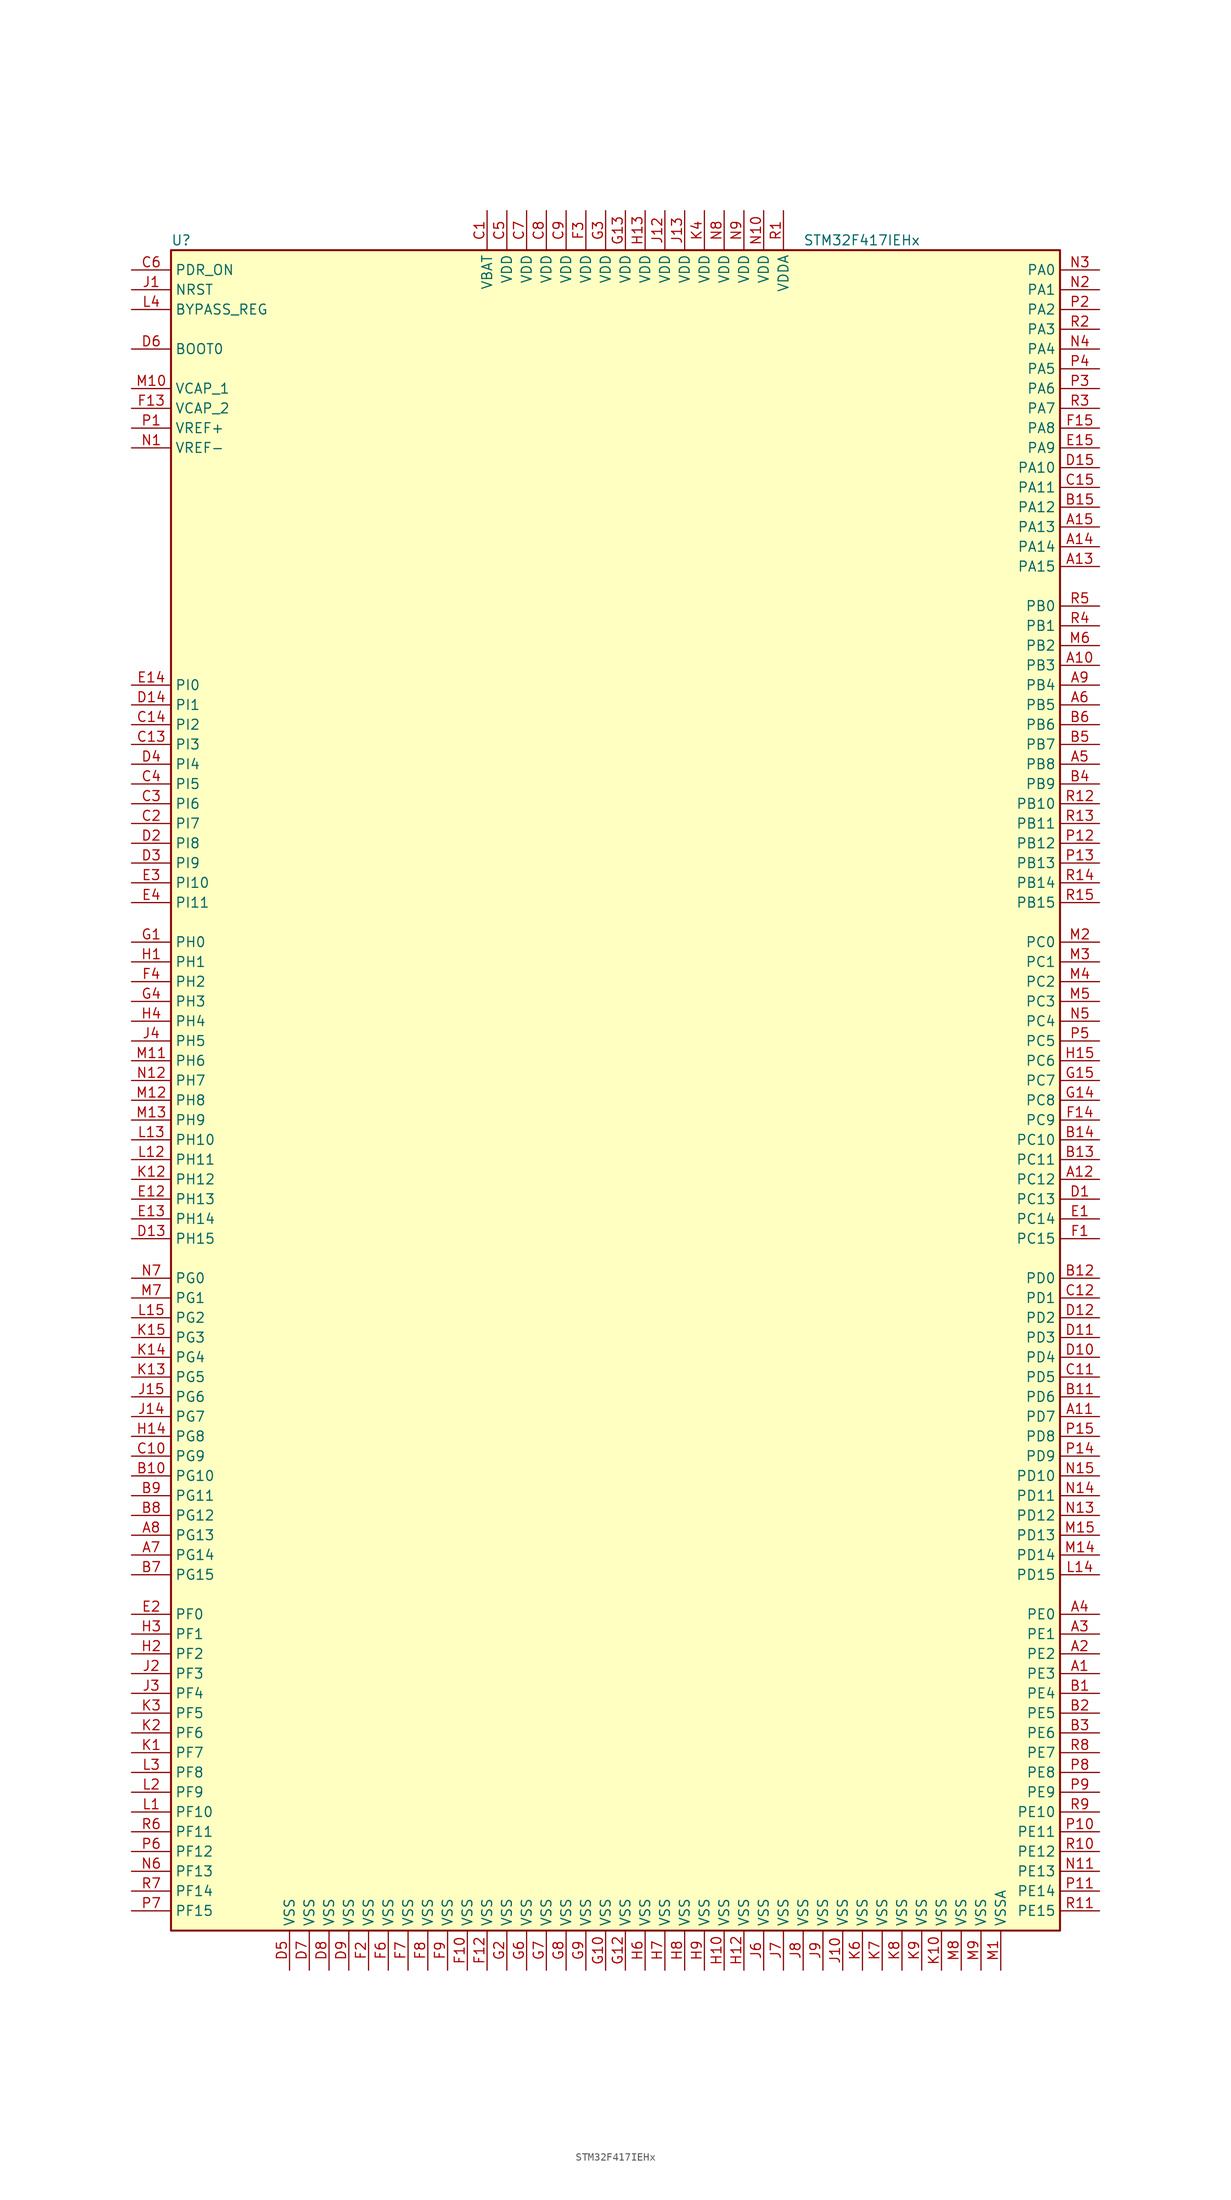
<source format=kicad_sym>
(kicad_symbol_lib
  (version 20201005)
  (generator kicad_symbol_editor)
  (symbol "STM32F417IEHx"
    (property "Reference" "U"
      (at -58.42 107.95 0)
      (effects (font (size 1.27 1.27)) (justify left)))
    (property "Value" "STM32F417IEHx"
      (at 22.86 107.95 0)
      (effects (font (size 1.27 1.27)) (justify left)))
    (symbol "STM32F417IEHx_0_1"
      (rectangle (start -58.42 -109.22) (end 55.88 106.68) (stroke (width 0.254)) (fill (type background))))
    (symbol "STM32F417IEHx_1_1"
      (pin input line (at -63.5 93.98 0) (length 5.08) (name "BOOT0" (effects (font (size 1.27 1.27)))) (number "D6" (effects (font (size 1.27 1.27)))))
      (pin input line (at -63.5 99.06 0) (length 5.08) (name "BYPASS_REG" (effects (font (size 1.27 1.27)))) (number "L4" (effects (font (size 1.27 1.27)))))
      (pin input line (at -63.5 101.6 0) (length 5.08) (name "NRST" (effects (font (size 1.27 1.27)))) (number "J1" (effects (font (size 1.27 1.27)))))
      (pin bidirectional line (at 60.96 104.14 180) (length 5.08) (name "PA0" (effects (font (size 1.27 1.27)))) (number "N3" (effects (font (size 1.27 1.27)))))
      (pin bidirectional line (at 60.96 101.6 180) (length 5.08) (name "PA1" (effects (font (size 1.27 1.27)))) (number "N2" (effects (font (size 1.27 1.27)))))
      (pin bidirectional line (at 60.96 78.74 180) (length 5.08) (name "PA10" (effects (font (size 1.27 1.27)))) (number "D15" (effects (font (size 1.27 1.27)))))
      (pin bidirectional line (at 60.96 76.2 180) (length 5.08) (name "PA11" (effects (font (size 1.27 1.27)))) (number "C15" (effects (font (size 1.27 1.27)))))
      (pin bidirectional line (at 60.96 73.66 180) (length 5.08) (name "PA12" (effects (font (size 1.27 1.27)))) (number "B15" (effects (font (size 1.27 1.27)))))
      (pin bidirectional line (at 60.96 71.12 180) (length 5.08) (name "PA13" (effects (font (size 1.27 1.27)))) (number "A15" (effects (font (size 1.27 1.27)))))
      (pin bidirectional line (at 60.96 68.58 180) (length 5.08) (name "PA14" (effects (font (size 1.27 1.27)))) (number "A14" (effects (font (size 1.27 1.27)))))
      (pin bidirectional line (at 60.96 66.04 180) (length 5.08) (name "PA15" (effects (font (size 1.27 1.27)))) (number "A13" (effects (font (size 1.27 1.27)))))
      (pin bidirectional line (at 60.96 99.06 180) (length 5.08) (name "PA2" (effects (font (size 1.27 1.27)))) (number "P2" (effects (font (size 1.27 1.27)))))
      (pin bidirectional line (at 60.96 96.52 180) (length 5.08) (name "PA3" (effects (font (size 1.27 1.27)))) (number "R2" (effects (font (size 1.27 1.27)))))
      (pin bidirectional line (at 60.96 93.98 180) (length 5.08) (name "PA4" (effects (font (size 1.27 1.27)))) (number "N4" (effects (font (size 1.27 1.27)))))
      (pin bidirectional line (at 60.96 91.44 180) (length 5.08) (name "PA5" (effects (font (size 1.27 1.27)))) (number "P4" (effects (font (size 1.27 1.27)))))
      (pin bidirectional line (at 60.96 88.9 180) (length 5.08) (name "PA6" (effects (font (size 1.27 1.27)))) (number "P3" (effects (font (size 1.27 1.27)))))
      (pin bidirectional line (at 60.96 86.36 180) (length 5.08) (name "PA7" (effects (font (size 1.27 1.27)))) (number "R3" (effects (font (size 1.27 1.27)))))
      (pin bidirectional line (at 60.96 83.82 180) (length 5.08) (name "PA8" (effects (font (size 1.27 1.27)))) (number "F15" (effects (font (size 1.27 1.27)))))
      (pin bidirectional line (at 60.96 81.28 180) (length 5.08) (name "PA9" (effects (font (size 1.27 1.27)))) (number "E15" (effects (font (size 1.27 1.27)))))
      (pin bidirectional line (at 60.96 60.96 180) (length 5.08) (name "PB0" (effects (font (size 1.27 1.27)))) (number "R5" (effects (font (size 1.27 1.27)))))
      (pin bidirectional line (at 60.96 58.42 180) (length 5.08) (name "PB1" (effects (font (size 1.27 1.27)))) (number "R4" (effects (font (size 1.27 1.27)))))
      (pin bidirectional line (at 60.96 35.56 180) (length 5.08) (name "PB10" (effects (font (size 1.27 1.27)))) (number "R12" (effects (font (size 1.27 1.27)))))
      (pin bidirectional line (at 60.96 33.02 180) (length 5.08) (name "PB11" (effects (font (size 1.27 1.27)))) (number "R13" (effects (font (size 1.27 1.27)))))
      (pin bidirectional line (at 60.96 30.48 180) (length 5.08) (name "PB12" (effects (font (size 1.27 1.27)))) (number "P12" (effects (font (size 1.27 1.27)))))
      (pin bidirectional line (at 60.96 27.94 180) (length 5.08) (name "PB13" (effects (font (size 1.27 1.27)))) (number "P13" (effects (font (size 1.27 1.27)))))
      (pin bidirectional line (at 60.96 25.4 180) (length 5.08) (name "PB14" (effects (font (size 1.27 1.27)))) (number "R14" (effects (font (size 1.27 1.27)))))
      (pin bidirectional line (at 60.96 22.86 180) (length 5.08) (name "PB15" (effects (font (size 1.27 1.27)))) (number "R15" (effects (font (size 1.27 1.27)))))
      (pin bidirectional line (at 60.96 55.88 180) (length 5.08) (name "PB2" (effects (font (size 1.27 1.27)))) (number "M6" (effects (font (size 1.27 1.27)))))
      (pin bidirectional line (at 60.96 53.34 180) (length 5.08) (name "PB3" (effects (font (size 1.27 1.27)))) (number "A10" (effects (font (size 1.27 1.27)))))
      (pin bidirectional line (at 60.96 50.8 180) (length 5.08) (name "PB4" (effects (font (size 1.27 1.27)))) (number "A9" (effects (font (size 1.27 1.27)))))
      (pin bidirectional line (at 60.96 48.26 180) (length 5.08) (name "PB5" (effects (font (size 1.27 1.27)))) (number "A6" (effects (font (size 1.27 1.27)))))
      (pin bidirectional line (at 60.96 45.72 180) (length 5.08) (name "PB6" (effects (font (size 1.27 1.27)))) (number "B6" (effects (font (size 1.27 1.27)))))
      (pin bidirectional line (at 60.96 43.18 180) (length 5.08) (name "PB7" (effects (font (size 1.27 1.27)))) (number "B5" (effects (font (size 1.27 1.27)))))
      (pin bidirectional line (at 60.96 40.64 180) (length 5.08) (name "PB8" (effects (font (size 1.27 1.27)))) (number "A5" (effects (font (size 1.27 1.27)))))
      (pin bidirectional line (at 60.96 38.1 180) (length 5.08) (name "PB9" (effects (font (size 1.27 1.27)))) (number "B4" (effects (font (size 1.27 1.27)))))
      (pin bidirectional line (at 60.96 17.78 180) (length 5.08) (name "PC0" (effects (font (size 1.27 1.27)))) (number "M2" (effects (font (size 1.27 1.27)))))
      (pin bidirectional line (at 60.96 15.24 180) (length 5.08) (name "PC1" (effects (font (size 1.27 1.27)))) (number "M3" (effects (font (size 1.27 1.27)))))
      (pin bidirectional line (at 60.96 -7.62 180) (length 5.08) (name "PC10" (effects (font (size 1.27 1.27)))) (number "B14" (effects (font (size 1.27 1.27)))))
      (pin bidirectional line (at 60.96 -10.16 180) (length 5.08) (name "PC11" (effects (font (size 1.27 1.27)))) (number "B13" (effects (font (size 1.27 1.27)))))
      (pin bidirectional line (at 60.96 -12.7 180) (length 5.08) (name "PC12" (effects (font (size 1.27 1.27)))) (number "A12" (effects (font (size 1.27 1.27)))))
      (pin bidirectional line (at 60.96 -15.24 180) (length 5.08) (name "PC13" (effects (font (size 1.27 1.27)))) (number "D1" (effects (font (size 1.27 1.27)))))
      (pin bidirectional line (at 60.96 -17.78 180) (length 5.08) (name "PC14" (effects (font (size 1.27 1.27)))) (number "E1" (effects (font (size 1.27 1.27)))))
      (pin bidirectional line (at 60.96 -20.32 180) (length 5.08) (name "PC15" (effects (font (size 1.27 1.27)))) (number "F1" (effects (font (size 1.27 1.27)))))
      (pin bidirectional line (at 60.96 12.7 180) (length 5.08) (name "PC2" (effects (font (size 1.27 1.27)))) (number "M4" (effects (font (size 1.27 1.27)))))
      (pin bidirectional line (at 60.96 10.16 180) (length 5.08) (name "PC3" (effects (font (size 1.27 1.27)))) (number "M5" (effects (font (size 1.27 1.27)))))
      (pin bidirectional line (at 60.96 7.62 180) (length 5.08) (name "PC4" (effects (font (size 1.27 1.27)))) (number "N5" (effects (font (size 1.27 1.27)))))
      (pin bidirectional line (at 60.96 5.08 180) (length 5.08) (name "PC5" (effects (font (size 1.27 1.27)))) (number "P5" (effects (font (size 1.27 1.27)))))
      (pin bidirectional line (at 60.96 2.54 180) (length 5.08) (name "PC6" (effects (font (size 1.27 1.27)))) (number "H15" (effects (font (size 1.27 1.27)))))
      (pin bidirectional line (at 60.96 0 180) (length 5.08) (name "PC7" (effects (font (size 1.27 1.27)))) (number "G15" (effects (font (size 1.27 1.27)))))
      (pin bidirectional line (at 60.96 -2.54 180) (length 5.08) (name "PC8" (effects (font (size 1.27 1.27)))) (number "G14" (effects (font (size 1.27 1.27)))))
      (pin bidirectional line (at 60.96 -5.08 180) (length 5.08) (name "PC9" (effects (font (size 1.27 1.27)))) (number "F14" (effects (font (size 1.27 1.27)))))
      (pin bidirectional line (at 60.96 -25.4 180) (length 5.08) (name "PD0" (effects (font (size 1.27 1.27)))) (number "B12" (effects (font (size 1.27 1.27)))))
      (pin bidirectional line (at 60.96 -27.94 180) (length 5.08) (name "PD1" (effects (font (size 1.27 1.27)))) (number "C12" (effects (font (size 1.27 1.27)))))
      (pin bidirectional line (at 60.96 -50.8 180) (length 5.08) (name "PD10" (effects (font (size 1.27 1.27)))) (number "N15" (effects (font (size 1.27 1.27)))))
      (pin bidirectional line (at 60.96 -53.34 180) (length 5.08) (name "PD11" (effects (font (size 1.27 1.27)))) (number "N14" (effects (font (size 1.27 1.27)))))
      (pin bidirectional line (at 60.96 -55.88 180) (length 5.08) (name "PD12" (effects (font (size 1.27 1.27)))) (number "N13" (effects (font (size 1.27 1.27)))))
      (pin bidirectional line (at 60.96 -58.42 180) (length 5.08) (name "PD13" (effects (font (size 1.27 1.27)))) (number "M15" (effects (font (size 1.27 1.27)))))
      (pin bidirectional line (at 60.96 -60.96 180) (length 5.08) (name "PD14" (effects (font (size 1.27 1.27)))) (number "M14" (effects (font (size 1.27 1.27)))))
      (pin bidirectional line (at 60.96 -63.5 180) (length 5.08) (name "PD15" (effects (font (size 1.27 1.27)))) (number "L14" (effects (font (size 1.27 1.27)))))
      (pin bidirectional line (at 60.96 -30.48 180) (length 5.08) (name "PD2" (effects (font (size 1.27 1.27)))) (number "D12" (effects (font (size 1.27 1.27)))))
      (pin bidirectional line (at 60.96 -33.02 180) (length 5.08) (name "PD3" (effects (font (size 1.27 1.27)))) (number "D11" (effects (font (size 1.27 1.27)))))
      (pin bidirectional line (at 60.96 -35.56 180) (length 5.08) (name "PD4" (effects (font (size 1.27 1.27)))) (number "D10" (effects (font (size 1.27 1.27)))))
      (pin bidirectional line (at 60.96 -38.1 180) (length 5.08) (name "PD5" (effects (font (size 1.27 1.27)))) (number "C11" (effects (font (size 1.27 1.27)))))
      (pin bidirectional line (at 60.96 -40.64 180) (length 5.08) (name "PD6" (effects (font (size 1.27 1.27)))) (number "B11" (effects (font (size 1.27 1.27)))))
      (pin bidirectional line (at 60.96 -43.18 180) (length 5.08) (name "PD7" (effects (font (size 1.27 1.27)))) (number "A11" (effects (font (size 1.27 1.27)))))
      (pin bidirectional line (at 60.96 -45.72 180) (length 5.08) (name "PD8" (effects (font (size 1.27 1.27)))) (number "P15" (effects (font (size 1.27 1.27)))))
      (pin bidirectional line (at 60.96 -48.26 180) (length 5.08) (name "PD9" (effects (font (size 1.27 1.27)))) (number "P14" (effects (font (size 1.27 1.27)))))
      (pin input line (at -63.5 104.14 0) (length 5.08) (name "PDR_ON" (effects (font (size 1.27 1.27)))) (number "C6" (effects (font (size 1.27 1.27)))))
      (pin bidirectional line (at 60.96 -68.58 180) (length 5.08) (name "PE0" (effects (font (size 1.27 1.27)))) (number "A4" (effects (font (size 1.27 1.27)))))
      (pin bidirectional line (at 60.96 -71.12 180) (length 5.08) (name "PE1" (effects (font (size 1.27 1.27)))) (number "A3" (effects (font (size 1.27 1.27)))))
      (pin bidirectional line (at 60.96 -93.98 180) (length 5.08) (name "PE10" (effects (font (size 1.27 1.27)))) (number "R9" (effects (font (size 1.27 1.27)))))
      (pin bidirectional line (at 60.96 -96.52 180) (length 5.08) (name "PE11" (effects (font (size 1.27 1.27)))) (number "P10" (effects (font (size 1.27 1.27)))))
      (pin bidirectional line (at 60.96 -99.06 180) (length 5.08) (name "PE12" (effects (font (size 1.27 1.27)))) (number "R10" (effects (font (size 1.27 1.27)))))
      (pin bidirectional line (at 60.96 -101.6 180) (length 5.08) (name "PE13" (effects (font (size 1.27 1.27)))) (number "N11" (effects (font (size 1.27 1.27)))))
      (pin bidirectional line (at 60.96 -104.14 180) (length 5.08) (name "PE14" (effects (font (size 1.27 1.27)))) (number "P11" (effects (font (size 1.27 1.27)))))
      (pin bidirectional line (at 60.96 -106.68 180) (length 5.08) (name "PE15" (effects (font (size 1.27 1.27)))) (number "R11" (effects (font (size 1.27 1.27)))))
      (pin bidirectional line (at 60.96 -73.66 180) (length 5.08) (name "PE2" (effects (font (size 1.27 1.27)))) (number "A2" (effects (font (size 1.27 1.27)))))
      (pin bidirectional line (at 60.96 -76.2 180) (length 5.08) (name "PE3" (effects (font (size 1.27 1.27)))) (number "A1" (effects (font (size 1.27 1.27)))))
      (pin bidirectional line (at 60.96 -78.74 180) (length 5.08) (name "PE4" (effects (font (size 1.27 1.27)))) (number "B1" (effects (font (size 1.27 1.27)))))
      (pin bidirectional line (at 60.96 -81.28 180) (length 5.08) (name "PE5" (effects (font (size 1.27 1.27)))) (number "B2" (effects (font (size 1.27 1.27)))))
      (pin bidirectional line (at 60.96 -83.82 180) (length 5.08) (name "PE6" (effects (font (size 1.27 1.27)))) (number "B3" (effects (font (size 1.27 1.27)))))
      (pin bidirectional line (at 60.96 -86.36 180) (length 5.08) (name "PE7" (effects (font (size 1.27 1.27)))) (number "R8" (effects (font (size 1.27 1.27)))))
      (pin bidirectional line (at 60.96 -88.9 180) (length 5.08) (name "PE8" (effects (font (size 1.27 1.27)))) (number "P8" (effects (font (size 1.27 1.27)))))
      (pin bidirectional line (at 60.96 -91.44 180) (length 5.08) (name "PE9" (effects (font (size 1.27 1.27)))) (number "P9" (effects (font (size 1.27 1.27)))))
      (pin bidirectional line (at -63.5 -68.58 0) (length 5.08) (name "PF0" (effects (font (size 1.27 1.27)))) (number "E2" (effects (font (size 1.27 1.27)))))
      (pin bidirectional line (at -63.5 -71.12 0) (length 5.08) (name "PF1" (effects (font (size 1.27 1.27)))) (number "H3" (effects (font (size 1.27 1.27)))))
      (pin bidirectional line (at -63.5 -93.98 0) (length 5.08) (name "PF10" (effects (font (size 1.27 1.27)))) (number "L1" (effects (font (size 1.27 1.27)))))
      (pin bidirectional line (at -63.5 -96.52 0) (length 5.08) (name "PF11" (effects (font (size 1.27 1.27)))) (number "R6" (effects (font (size 1.27 1.27)))))
      (pin bidirectional line (at -63.5 -99.06 0) (length 5.08) (name "PF12" (effects (font (size 1.27 1.27)))) (number "P6" (effects (font (size 1.27 1.27)))))
      (pin bidirectional line (at -63.5 -101.6 0) (length 5.08) (name "PF13" (effects (font (size 1.27 1.27)))) (number "N6" (effects (font (size 1.27 1.27)))))
      (pin bidirectional line (at -63.5 -104.14 0) (length 5.08) (name "PF14" (effects (font (size 1.27 1.27)))) (number "R7" (effects (font (size 1.27 1.27)))))
      (pin bidirectional line (at -63.5 -106.68 0) (length 5.08) (name "PF15" (effects (font (size 1.27 1.27)))) (number "P7" (effects (font (size 1.27 1.27)))))
      (pin bidirectional line (at -63.5 -73.66 0) (length 5.08) (name "PF2" (effects (font (size 1.27 1.27)))) (number "H2" (effects (font (size 1.27 1.27)))))
      (pin bidirectional line (at -63.5 -76.2 0) (length 5.08) (name "PF3" (effects (font (size 1.27 1.27)))) (number "J2" (effects (font (size 1.27 1.27)))))
      (pin bidirectional line (at -63.5 -78.74 0) (length 5.08) (name "PF4" (effects (font (size 1.27 1.27)))) (number "J3" (effects (font (size 1.27 1.27)))))
      (pin bidirectional line (at -63.5 -81.28 0) (length 5.08) (name "PF5" (effects (font (size 1.27 1.27)))) (number "K3" (effects (font (size 1.27 1.27)))))
      (pin bidirectional line (at -63.5 -83.82 0) (length 5.08) (name "PF6" (effects (font (size 1.27 1.27)))) (number "K2" (effects (font (size 1.27 1.27)))))
      (pin bidirectional line (at -63.5 -86.36 0) (length 5.08) (name "PF7" (effects (font (size 1.27 1.27)))) (number "K1" (effects (font (size 1.27 1.27)))))
      (pin bidirectional line (at -63.5 -88.9 0) (length 5.08) (name "PF8" (effects (font (size 1.27 1.27)))) (number "L3" (effects (font (size 1.27 1.27)))))
      (pin bidirectional line (at -63.5 -91.44 0) (length 5.08) (name "PF9" (effects (font (size 1.27 1.27)))) (number "L2" (effects (font (size 1.27 1.27)))))
      (pin bidirectional line (at -63.5 -25.4 0) (length 5.08) (name "PG0" (effects (font (size 1.27 1.27)))) (number "N7" (effects (font (size 1.27 1.27)))))
      (pin bidirectional line (at -63.5 -27.94 0) (length 5.08) (name "PG1" (effects (font (size 1.27 1.27)))) (number "M7" (effects (font (size 1.27 1.27)))))
      (pin bidirectional line (at -63.5 -50.8 0) (length 5.08) (name "PG10" (effects (font (size 1.27 1.27)))) (number "B10" (effects (font (size 1.27 1.27)))))
      (pin bidirectional line (at -63.5 -53.34 0) (length 5.08) (name "PG11" (effects (font (size 1.27 1.27)))) (number "B9" (effects (font (size 1.27 1.27)))))
      (pin bidirectional line (at -63.5 -55.88 0) (length 5.08) (name "PG12" (effects (font (size 1.27 1.27)))) (number "B8" (effects (font (size 1.27 1.27)))))
      (pin bidirectional line (at -63.5 -58.42 0) (length 5.08) (name "PG13" (effects (font (size 1.27 1.27)))) (number "A8" (effects (font (size 1.27 1.27)))))
      (pin bidirectional line (at -63.5 -60.96 0) (length 5.08) (name "PG14" (effects (font (size 1.27 1.27)))) (number "A7" (effects (font (size 1.27 1.27)))))
      (pin bidirectional line (at -63.5 -63.5 0) (length 5.08) (name "PG15" (effects (font (size 1.27 1.27)))) (number "B7" (effects (font (size 1.27 1.27)))))
      (pin bidirectional line (at -63.5 -30.48 0) (length 5.08) (name "PG2" (effects (font (size 1.27 1.27)))) (number "L15" (effects (font (size 1.27 1.27)))))
      (pin bidirectional line (at -63.5 -33.02 0) (length 5.08) (name "PG3" (effects (font (size 1.27 1.27)))) (number "K15" (effects (font (size 1.27 1.27)))))
      (pin bidirectional line (at -63.5 -35.56 0) (length 5.08) (name "PG4" (effects (font (size 1.27 1.27)))) (number "K14" (effects (font (size 1.27 1.27)))))
      (pin bidirectional line (at -63.5 -38.1 0) (length 5.08) (name "PG5" (effects (font (size 1.27 1.27)))) (number "K13" (effects (font (size 1.27 1.27)))))
      (pin bidirectional line (at -63.5 -40.64 0) (length 5.08) (name "PG6" (effects (font (size 1.27 1.27)))) (number "J15" (effects (font (size 1.27 1.27)))))
      (pin bidirectional line (at -63.5 -43.18 0) (length 5.08) (name "PG7" (effects (font (size 1.27 1.27)))) (number "J14" (effects (font (size 1.27 1.27)))))
      (pin bidirectional line (at -63.5 -45.72 0) (length 5.08) (name "PG8" (effects (font (size 1.27 1.27)))) (number "H14" (effects (font (size 1.27 1.27)))))
      (pin bidirectional line (at -63.5 -48.26 0) (length 5.08) (name "PG9" (effects (font (size 1.27 1.27)))) (number "C10" (effects (font (size 1.27 1.27)))))
      (pin input line (at -63.5 17.78 0) (length 5.08) (name "PH0" (effects (font (size 1.27 1.27)))) (number "G1" (effects (font (size 1.27 1.27)))))
      (pin input line (at -63.5 15.24 0) (length 5.08) (name "PH1" (effects (font (size 1.27 1.27)))) (number "H1" (effects (font (size 1.27 1.27)))))
      (pin bidirectional line (at -63.5 -7.62 0) (length 5.08) (name "PH10" (effects (font (size 1.27 1.27)))) (number "L13" (effects (font (size 1.27 1.27)))))
      (pin bidirectional line (at -63.5 -10.16 0) (length 5.08) (name "PH11" (effects (font (size 1.27 1.27)))) (number "L12" (effects (font (size 1.27 1.27)))))
      (pin bidirectional line (at -63.5 -12.7 0) (length 5.08) (name "PH12" (effects (font (size 1.27 1.27)))) (number "K12" (effects (font (size 1.27 1.27)))))
      (pin bidirectional line (at -63.5 -15.24 0) (length 5.08) (name "PH13" (effects (font (size 1.27 1.27)))) (number "E12" (effects (font (size 1.27 1.27)))))
      (pin bidirectional line (at -63.5 -17.78 0) (length 5.08) (name "PH14" (effects (font (size 1.27 1.27)))) (number "E13" (effects (font (size 1.27 1.27)))))
      (pin bidirectional line (at -63.5 -20.32 0) (length 5.08) (name "PH15" (effects (font (size 1.27 1.27)))) (number "D13" (effects (font (size 1.27 1.27)))))
      (pin bidirectional line (at -63.5 12.7 0) (length 5.08) (name "PH2" (effects (font (size 1.27 1.27)))) (number "F4" (effects (font (size 1.27 1.27)))))
      (pin bidirectional line (at -63.5 10.16 0) (length 5.08) (name "PH3" (effects (font (size 1.27 1.27)))) (number "G4" (effects (font (size 1.27 1.27)))))
      (pin bidirectional line (at -63.5 7.62 0) (length 5.08) (name "PH4" (effects (font (size 1.27 1.27)))) (number "H4" (effects (font (size 1.27 1.27)))))
      (pin bidirectional line (at -63.5 5.08 0) (length 5.08) (name "PH5" (effects (font (size 1.27 1.27)))) (number "J4" (effects (font (size 1.27 1.27)))))
      (pin bidirectional line (at -63.5 2.54 0) (length 5.08) (name "PH6" (effects (font (size 1.27 1.27)))) (number "M11" (effects (font (size 1.27 1.27)))))
      (pin bidirectional line (at -63.5 0 0) (length 5.08) (name "PH7" (effects (font (size 1.27 1.27)))) (number "N12" (effects (font (size 1.27 1.27)))))
      (pin bidirectional line (at -63.5 -2.54 0) (length 5.08) (name "PH8" (effects (font (size 1.27 1.27)))) (number "M12" (effects (font (size 1.27 1.27)))))
      (pin bidirectional line (at -63.5 -5.08 0) (length 5.08) (name "PH9" (effects (font (size 1.27 1.27)))) (number "M13" (effects (font (size 1.27 1.27)))))
      (pin bidirectional line (at -63.5 50.8 0) (length 5.08) (name "PI0" (effects (font (size 1.27 1.27)))) (number "E14" (effects (font (size 1.27 1.27)))))
      (pin bidirectional line (at -63.5 48.26 0) (length 5.08) (name "PI1" (effects (font (size 1.27 1.27)))) (number "D14" (effects (font (size 1.27 1.27)))))
      (pin bidirectional line (at -63.5 25.4 0) (length 5.08) (name "PI10" (effects (font (size 1.27 1.27)))) (number "E3" (effects (font (size 1.27 1.27)))))
      (pin bidirectional line (at -63.5 22.86 0) (length 5.08) (name "PI11" (effects (font (size 1.27 1.27)))) (number "E4" (effects (font (size 1.27 1.27)))))
      (pin bidirectional line (at -63.5 45.72 0) (length 5.08) (name "PI2" (effects (font (size 1.27 1.27)))) (number "C14" (effects (font (size 1.27 1.27)))))
      (pin bidirectional line (at -63.5 43.18 0) (length 5.08) (name "PI3" (effects (font (size 1.27 1.27)))) (number "C13" (effects (font (size 1.27 1.27)))))
      (pin bidirectional line (at -63.5 40.64 0) (length 5.08) (name "PI4" (effects (font (size 1.27 1.27)))) (number "D4" (effects (font (size 1.27 1.27)))))
      (pin bidirectional line (at -63.5 38.1 0) (length 5.08) (name "PI5" (effects (font (size 1.27 1.27)))) (number "C4" (effects (font (size 1.27 1.27)))))
      (pin bidirectional line (at -63.5 35.56 0) (length 5.08) (name "PI6" (effects (font (size 1.27 1.27)))) (number "C3" (effects (font (size 1.27 1.27)))))
      (pin bidirectional line (at -63.5 33.02 0) (length 5.08) (name "PI7" (effects (font (size 1.27 1.27)))) (number "C2" (effects (font (size 1.27 1.27)))))
      (pin bidirectional line (at -63.5 30.48 0) (length 5.08) (name "PI8" (effects (font (size 1.27 1.27)))) (number "D2" (effects (font (size 1.27 1.27)))))
      (pin bidirectional line (at -63.5 27.94 0) (length 5.08) (name "PI9" (effects (font (size 1.27 1.27)))) (number "D3" (effects (font (size 1.27 1.27)))))
      (pin power_in line (at -17.78 111.76 270) (length 5.08) (name "VBAT" (effects (font (size 1.27 1.27)))) (number "C1" (effects (font (size 1.27 1.27)))))
      (pin power_in line (at -63.5 88.9 0) (length 5.08) (name "VCAP_1" (effects (font (size 1.27 1.27)))) (number "M10" (effects (font (size 1.27 1.27)))))
      (pin power_in line (at -63.5 86.36 0) (length 5.08) (name "VCAP_2" (effects (font (size 1.27 1.27)))) (number "F13" (effects (font (size 1.27 1.27)))))
      (pin power_in line (at -15.24 111.76 270) (length 5.08) (name "VDD" (effects (font (size 1.27 1.27)))) (number "C5" (effects (font (size 1.27 1.27)))))
      (pin power_in line (at -12.7 111.76 270) (length 5.08) (name "VDD" (effects (font (size 1.27 1.27)))) (number "C7" (effects (font (size 1.27 1.27)))))
      (pin power_in line (at -10.16 111.76 270) (length 5.08) (name "VDD" (effects (font (size 1.27 1.27)))) (number "C8" (effects (font (size 1.27 1.27)))))
      (pin power_in line (at -7.62 111.76 270) (length 5.08) (name "VDD" (effects (font (size 1.27 1.27)))) (number "C9" (effects (font (size 1.27 1.27)))))
      (pin power_in line (at -5.08 111.76 270) (length 5.08) (name "VDD" (effects (font (size 1.27 1.27)))) (number "F3" (effects (font (size 1.27 1.27)))))
      (pin power_in line (at 0 111.76 270) (length 5.08) (name "VDD" (effects (font (size 1.27 1.27)))) (number "G13" (effects (font (size 1.27 1.27)))))
      (pin power_in line (at -2.54 111.76 270) (length 5.08) (name "VDD" (effects (font (size 1.27 1.27)))) (number "G3" (effects (font (size 1.27 1.27)))))
      (pin power_in line (at 2.54 111.76 270) (length 5.08) (name "VDD" (effects (font (size 1.27 1.27)))) (number "H13" (effects (font (size 1.27 1.27)))))
      (pin power_in line (at 5.08 111.76 270) (length 5.08) (name "VDD" (effects (font (size 1.27 1.27)))) (number "J12" (effects (font (size 1.27 1.27)))))
      (pin power_in line (at 7.62 111.76 270) (length 5.08) (name "VDD" (effects (font (size 1.27 1.27)))) (number "J13" (effects (font (size 1.27 1.27)))))
      (pin power_in line (at 10.16 111.76 270) (length 5.08) (name "VDD" (effects (font (size 1.27 1.27)))) (number "K4" (effects (font (size 1.27 1.27)))))
      (pin power_in line (at 17.78 111.76 270) (length 5.08) (name "VDD" (effects (font (size 1.27 1.27)))) (number "N10" (effects (font (size 1.27 1.27)))))
      (pin power_in line (at 12.7 111.76 270) (length 5.08) (name "VDD" (effects (font (size 1.27 1.27)))) (number "N8" (effects (font (size 1.27 1.27)))))
      (pin power_in line (at 15.24 111.76 270) (length 5.08) (name "VDD" (effects (font (size 1.27 1.27)))) (number "N9" (effects (font (size 1.27 1.27)))))
      (pin power_in line (at 20.32 111.76 270) (length 5.08) (name "VDDA" (effects (font (size 1.27 1.27)))) (number "R1" (effects (font (size 1.27 1.27)))))
      (pin power_in line (at -63.5 83.82 0) (length 5.08) (name "VREF+" (effects (font (size 1.27 1.27)))) (number "P1" (effects (font (size 1.27 1.27)))))
      (pin power_in line (at -63.5 81.28 0) (length 5.08) (name "VREF-" (effects (font (size 1.27 1.27)))) (number "N1" (effects (font (size 1.27 1.27)))))
      (pin power_in line (at -43.18 -114.3 90) (length 5.08) (name "VSS" (effects (font (size 1.27 1.27)))) (number "D5" (effects (font (size 1.27 1.27)))))
      (pin power_in line (at -40.64 -114.3 90) (length 5.08) (name "VSS" (effects (font (size 1.27 1.27)))) (number "D7" (effects (font (size 1.27 1.27)))))
      (pin power_in line (at -38.1 -114.3 90) (length 5.08) (name "VSS" (effects (font (size 1.27 1.27)))) (number "D8" (effects (font (size 1.27 1.27)))))
      (pin power_in line (at -35.56 -114.3 90) (length 5.08) (name "VSS" (effects (font (size 1.27 1.27)))) (number "D9" (effects (font (size 1.27 1.27)))))
      (pin power_in line (at -20.32 -114.3 90) (length 5.08) (name "VSS" (effects (font (size 1.27 1.27)))) (number "F10" (effects (font (size 1.27 1.27)))))
      (pin power_in line (at -17.78 -114.3 90) (length 5.08) (name "VSS" (effects (font (size 1.27 1.27)))) (number "F12" (effects (font (size 1.27 1.27)))))
      (pin power_in line (at -33.02 -114.3 90) (length 5.08) (name "VSS" (effects (font (size 1.27 1.27)))) (number "F2" (effects (font (size 1.27 1.27)))))
      (pin power_in line (at -30.48 -114.3 90) (length 5.08) (name "VSS" (effects (font (size 1.27 1.27)))) (number "F6" (effects (font (size 1.27 1.27)))))
      (pin power_in line (at -27.94 -114.3 90) (length 5.08) (name "VSS" (effects (font (size 1.27 1.27)))) (number "F7" (effects (font (size 1.27 1.27)))))
      (pin power_in line (at -25.4 -114.3 90) (length 5.08) (name "VSS" (effects (font (size 1.27 1.27)))) (number "F8" (effects (font (size 1.27 1.27)))))
      (pin power_in line (at -22.86 -114.3 90) (length 5.08) (name "VSS" (effects (font (size 1.27 1.27)))) (number "F9" (effects (font (size 1.27 1.27)))))
      (pin power_in line (at -2.54 -114.3 90) (length 5.08) (name "VSS" (effects (font (size 1.27 1.27)))) (number "G10" (effects (font (size 1.27 1.27)))))
      (pin power_in line (at 0 -114.3 90) (length 5.08) (name "VSS" (effects (font (size 1.27 1.27)))) (number "G12" (effects (font (size 1.27 1.27)))))
      (pin power_in line (at -15.24 -114.3 90) (length 5.08) (name "VSS" (effects (font (size 1.27 1.27)))) (number "G2" (effects (font (size 1.27 1.27)))))
      (pin power_in line (at -12.7 -114.3 90) (length 5.08) (name "VSS" (effects (font (size 1.27 1.27)))) (number "G6" (effects (font (size 1.27 1.27)))))
      (pin power_in line (at -10.16 -114.3 90) (length 5.08) (name "VSS" (effects (font (size 1.27 1.27)))) (number "G7" (effects (font (size 1.27 1.27)))))
      (pin power_in line (at -7.62 -114.3 90) (length 5.08) (name "VSS" (effects (font (size 1.27 1.27)))) (number "G8" (effects (font (size 1.27 1.27)))))
      (pin power_in line (at -5.08 -114.3 90) (length 5.08) (name "VSS" (effects (font (size 1.27 1.27)))) (number "G9" (effects (font (size 1.27 1.27)))))
      (pin power_in line (at 12.7 -114.3 90) (length 5.08) (name "VSS" (effects (font (size 1.27 1.27)))) (number "H10" (effects (font (size 1.27 1.27)))))
      (pin power_in line (at 15.24 -114.3 90) (length 5.08) (name "VSS" (effects (font (size 1.27 1.27)))) (number "H12" (effects (font (size 1.27 1.27)))))
      (pin power_in line (at 2.54 -114.3 90) (length 5.08) (name "VSS" (effects (font (size 1.27 1.27)))) (number "H6" (effects (font (size 1.27 1.27)))))
      (pin power_in line (at 5.08 -114.3 90) (length 5.08) (name "VSS" (effects (font (size 1.27 1.27)))) (number "H7" (effects (font (size 1.27 1.27)))))
      (pin power_in line (at 7.62 -114.3 90) (length 5.08) (name "VSS" (effects (font (size 1.27 1.27)))) (number "H8" (effects (font (size 1.27 1.27)))))
      (pin power_in line (at 10.16 -114.3 90) (length 5.08) (name "VSS" (effects (font (size 1.27 1.27)))) (number "H9" (effects (font (size 1.27 1.27)))))
      (pin power_in line (at 27.94 -114.3 90) (length 5.08) (name "VSS" (effects (font (size 1.27 1.27)))) (number "J10" (effects (font (size 1.27 1.27)))))
      (pin power_in line (at 17.78 -114.3 90) (length 5.08) (name "VSS" (effects (font (size 1.27 1.27)))) (number "J6" (effects (font (size 1.27 1.27)))))
      (pin power_in line (at 20.32 -114.3 90) (length 5.08) (name "VSS" (effects (font (size 1.27 1.27)))) (number "J7" (effects (font (size 1.27 1.27)))))
      (pin power_in line (at 22.86 -114.3 90) (length 5.08) (name "VSS" (effects (font (size 1.27 1.27)))) (number "J8" (effects (font (size 1.27 1.27)))))
      (pin power_in line (at 25.4 -114.3 90) (length 5.08) (name "VSS" (effects (font (size 1.27 1.27)))) (number "J9" (effects (font (size 1.27 1.27)))))
      (pin power_in line (at 40.64 -114.3 90) (length 5.08) (name "VSS" (effects (font (size 1.27 1.27)))) (number "K10" (effects (font (size 1.27 1.27)))))
      (pin power_in line (at 30.48 -114.3 90) (length 5.08) (name "VSS" (effects (font (size 1.27 1.27)))) (number "K6" (effects (font (size 1.27 1.27)))))
      (pin power_in line (at 33.02 -114.3 90) (length 5.08) (name "VSS" (effects (font (size 1.27 1.27)))) (number "K7" (effects (font (size 1.27 1.27)))))
      (pin power_in line (at 35.56 -114.3 90) (length 5.08) (name "VSS" (effects (font (size 1.27 1.27)))) (number "K8" (effects (font (size 1.27 1.27)))))
      (pin power_in line (at 38.1 -114.3 90) (length 5.08) (name "VSS" (effects (font (size 1.27 1.27)))) (number "K9" (effects (font (size 1.27 1.27)))))
      (pin power_in line (at 43.18 -114.3 90) (length 5.08) (name "VSS" (effects (font (size 1.27 1.27)))) (number "M8" (effects (font (size 1.27 1.27)))))
      (pin power_in line (at 45.72 -114.3 90) (length 5.08) (name "VSS" (effects (font (size 1.27 1.27)))) (number "M9" (effects (font (size 1.27 1.27)))))
      (pin power_in line (at 48.26 -114.3 90) (length 5.08) (name "VSSA" (effects (font (size 1.27 1.27)))) (number "M1" (effects (font (size 1.27 1.27))))))))
</source>
